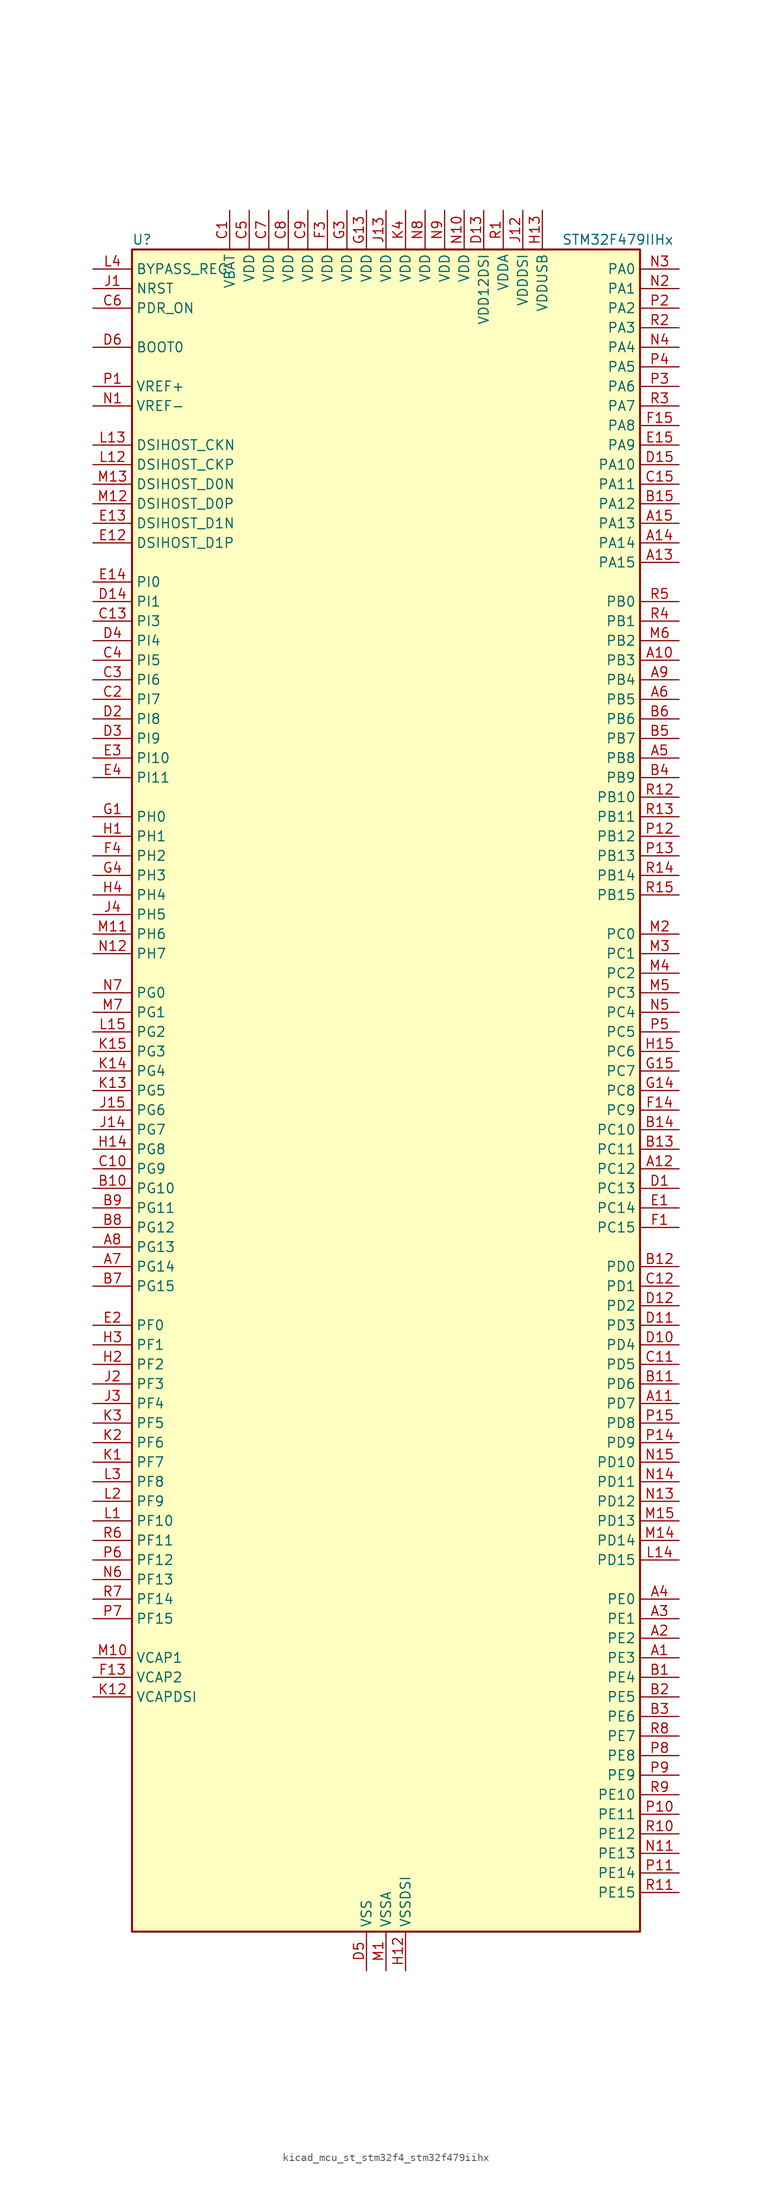
<source format=kicad_sym>
(kicad_symbol_lib
  (version 20220914)
  (generator kicad_symbol_editor)
  (symbol "kicad_mcu_st_stm32f4_stm32f479iihx"
    (property "Reference" "U"
      (at -33.02 110.49 0)
      (effects (font (size 1.27 1.27)) (justify left)))
    (property "Value" "STM32F479IIHx"
      (at 22.86 110.49 0)
      (effects (font (size 1.27 1.27)) (justify left)))
    (property "ki_locked" ""
      (at 0 0 0)
      (effects (font (size 1.27 1.27))))
    (symbol "kicad_mcu_st_stm32f4_stm32f479iihx_0_1"
      (rectangle (start -33.02 -109.22) (end 33.02 109.22) (stroke (width 0.254) (type default)) (fill (type background))))
    (symbol "kicad_mcu_st_stm32f4_stm32f479iihx_1_1"
      (pin bidirectional line (at 38.1 -73.66 180) (length 5.08) (name "PE3" (effects (font (size 1.27 1.27)))) (number "A1" (effects (font (size 1.27 1.27)))) (alternate "FMC_A19" bidirectional line) (alternate "SAI1_SD_B" bidirectional line) (alternate "SYS_TRACED0" bidirectional line))
      (pin bidirectional line (at 38.1 55.88 180) (length 5.08) (name "PB3" (effects (font (size 1.27 1.27)))) (number "A10" (effects (font (size 1.27 1.27)))) (alternate "I2S3_CK" bidirectional line) (alternate "SPI1_SCK" bidirectional line) (alternate "SPI3_SCK" bidirectional line) (alternate "SYS_JTDO-SWO" bidirectional line) (alternate "TIM2_CH2" bidirectional line))
      (pin bidirectional line (at 38.1 -40.64 180) (length 5.08) (name "PD7" (effects (font (size 1.27 1.27)))) (number "A11" (effects (font (size 1.27 1.27)))) (alternate "FMC_NE1" bidirectional line) (alternate "USART2_CK" bidirectional line))
      (pin bidirectional line (at 38.1 -10.16 180) (length 5.08) (name "PC12" (effects (font (size 1.27 1.27)))) (number "A12" (effects (font (size 1.27 1.27)))) (alternate "DCMI_D9" bidirectional line) (alternate "I2S3_SD" bidirectional line) (alternate "SDIO_CK" bidirectional line) (alternate "SPI3_MOSI" bidirectional line) (alternate "SYS_TRACED3" bidirectional line) (alternate "UART5_TX" bidirectional line) (alternate "USART3_CK" bidirectional line))
      (pin bidirectional line (at 38.1 68.58 180) (length 5.08) (name "PA15" (effects (font (size 1.27 1.27)))) (number "A13" (effects (font (size 1.27 1.27)))) (alternate "ADC1_EXTI15" bidirectional line) (alternate "ADC2_EXTI15" bidirectional line) (alternate "ADC3_EXTI15" bidirectional line) (alternate "I2S3_WS" bidirectional line) (alternate "SPI1_NSS" bidirectional line) (alternate "SPI3_NSS" bidirectional line) (alternate "SYS_JTDI" bidirectional line) (alternate "TIM2_CH1" bidirectional line) (alternate "TIM2_ETR" bidirectional line))
      (pin bidirectional line (at 38.1 71.12 180) (length 5.08) (name "PA14" (effects (font (size 1.27 1.27)))) (number "A14" (effects (font (size 1.27 1.27)))) (alternate "SYS_JTCK-SWCLK" bidirectional line))
      (pin bidirectional line (at 38.1 73.66 180) (length 5.08) (name "PA13" (effects (font (size 1.27 1.27)))) (number "A15" (effects (font (size 1.27 1.27)))) (alternate "SYS_JTMS-SWDIO" bidirectional line))
      (pin bidirectional line (at 38.1 -71.12 180) (length 5.08) (name "PE2" (effects (font (size 1.27 1.27)))) (number "A2" (effects (font (size 1.27 1.27)))) (alternate "ETH_TXD3" bidirectional line) (alternate "FMC_A23" bidirectional line) (alternate "QUADSPI_BK1_IO2" bidirectional line) (alternate "SAI1_MCLK_A" bidirectional line) (alternate "SPI4_SCK" bidirectional line) (alternate "SYS_TRACECLK" bidirectional line))
      (pin bidirectional line (at 38.1 -68.58 180) (length 5.08) (name "PE1" (effects (font (size 1.27 1.27)))) (number "A3" (effects (font (size 1.27 1.27)))) (alternate "DCMI_D3" bidirectional line) (alternate "FMC_NBL1" bidirectional line) (alternate "UART8_TX" bidirectional line))
      (pin bidirectional line (at 38.1 -66.04 180) (length 5.08) (name "PE0" (effects (font (size 1.27 1.27)))) (number "A4" (effects (font (size 1.27 1.27)))) (alternate "DCMI_D2" bidirectional line) (alternate "FMC_NBL0" bidirectional line) (alternate "TIM4_ETR" bidirectional line) (alternate "UART8_RX" bidirectional line))
      (pin bidirectional line (at 38.1 43.18 180) (length 5.08) (name "PB8" (effects (font (size 1.27 1.27)))) (number "A5" (effects (font (size 1.27 1.27)))) (alternate "CAN1_RX" bidirectional line) (alternate "DCMI_D6" bidirectional line) (alternate "ETH_TXD3" bidirectional line) (alternate "I2C1_SCL" bidirectional line) (alternate "LTDC_B6" bidirectional line) (alternate "SDIO_D4" bidirectional line) (alternate "TIM10_CH1" bidirectional line) (alternate "TIM4_CH3" bidirectional line))
      (pin bidirectional line (at 38.1 50.8 180) (length 5.08) (name "PB5" (effects (font (size 1.27 1.27)))) (number "A6" (effects (font (size 1.27 1.27)))) (alternate "CAN2_RX" bidirectional line) (alternate "DCMI_D10" bidirectional line) (alternate "ETH_PPS_OUT" bidirectional line) (alternate "FMC_SDCKE1" bidirectional line) (alternate "I2C1_SMBA" bidirectional line) (alternate "I2S3_SD" bidirectional line) (alternate "LTDC_G7" bidirectional line) (alternate "SPI1_MOSI" bidirectional line) (alternate "SPI3_MOSI" bidirectional line) (alternate "TIM3_CH2" bidirectional line) (alternate "USB_OTG_HS_ULPI_D7" bidirectional line))
      (pin bidirectional line (at -38.1 -22.86 0) (length 5.08) (name "PG14" (effects (font (size 1.27 1.27)))) (number "A7" (effects (font (size 1.27 1.27)))) (alternate "ETH_TXD1" bidirectional line) (alternate "FMC_A25" bidirectional line) (alternate "LTDC_B0" bidirectional line) (alternate "QUADSPI_BK2_IO3" bidirectional line) (alternate "SPI6_MOSI" bidirectional line) (alternate "SYS_TRACED1" bidirectional line) (alternate "USART6_TX" bidirectional line))
      (pin bidirectional line (at -38.1 -20.32 0) (length 5.08) (name "PG13" (effects (font (size 1.27 1.27)))) (number "A8" (effects (font (size 1.27 1.27)))) (alternate "ETH_TXD0" bidirectional line) (alternate "FMC_A24" bidirectional line) (alternate "LTDC_R0" bidirectional line) (alternate "SPI6_SCK" bidirectional line) (alternate "SYS_TRACED0" bidirectional line) (alternate "USART6_CTS" bidirectional line))
      (pin bidirectional line (at 38.1 53.34 180) (length 5.08) (name "PB4" (effects (font (size 1.27 1.27)))) (number "A9" (effects (font (size 1.27 1.27)))) (alternate "I2S3_ext_SD" bidirectional line) (alternate "SPI1_MISO" bidirectional line) (alternate "SPI3_MISO" bidirectional line) (alternate "SYS_JTRST" bidirectional line) (alternate "TIM3_CH1" bidirectional line))
      (pin bidirectional line (at 38.1 -76.2 180) (length 5.08) (name "PE4" (effects (font (size 1.27 1.27)))) (number "B1" (effects (font (size 1.27 1.27)))) (alternate "DCMI_D4" bidirectional line) (alternate "FMC_A20" bidirectional line) (alternate "LTDC_B0" bidirectional line) (alternate "SAI1_FS_A" bidirectional line) (alternate "SPI4_NSS" bidirectional line) (alternate "SYS_TRACED1" bidirectional line))
      (pin bidirectional line (at -38.1 -12.7 0) (length 5.08) (name "PG10" (effects (font (size 1.27 1.27)))) (number "B10" (effects (font (size 1.27 1.27)))) (alternate "DCMI_D2" bidirectional line) (alternate "FMC_NE3" bidirectional line) (alternate "LTDC_B2" bidirectional line) (alternate "LTDC_G3" bidirectional line))
      (pin bidirectional line (at 38.1 -38.1 180) (length 5.08) (name "PD6" (effects (font (size 1.27 1.27)))) (number "B11" (effects (font (size 1.27 1.27)))) (alternate "DCMI_D10" bidirectional line) (alternate "FMC_NWAIT" bidirectional line) (alternate "I2S3_SD" bidirectional line) (alternate "LTDC_B2" bidirectional line) (alternate "SAI1_SD_A" bidirectional line) (alternate "SPI3_MOSI" bidirectional line) (alternate "USART2_RX" bidirectional line))
      (pin bidirectional line (at 38.1 -22.86 180) (length 5.08) (name "PD0" (effects (font (size 1.27 1.27)))) (number "B12" (effects (font (size 1.27 1.27)))) (alternate "CAN1_RX" bidirectional line) (alternate "FMC_D2" bidirectional line) (alternate "FMC_DA2" bidirectional line))
      (pin bidirectional line (at 38.1 -7.62 180) (length 5.08) (name "PC11" (effects (font (size 1.27 1.27)))) (number "B13" (effects (font (size 1.27 1.27)))) (alternate "ADC1_EXTI11" bidirectional line) (alternate "ADC2_EXTI11" bidirectional line) (alternate "ADC3_EXTI11" bidirectional line) (alternate "DCMI_D4" bidirectional line) (alternate "I2S3_ext_SD" bidirectional line) (alternate "QUADSPI_BK2_NCS" bidirectional line) (alternate "SDIO_D3" bidirectional line) (alternate "SPI3_MISO" bidirectional line) (alternate "UART4_RX" bidirectional line) (alternate "USART3_RX" bidirectional line))
      (pin bidirectional line (at 38.1 -5.08 180) (length 5.08) (name "PC10" (effects (font (size 1.27 1.27)))) (number "B14" (effects (font (size 1.27 1.27)))) (alternate "DCMI_D8" bidirectional line) (alternate "I2S3_CK" bidirectional line) (alternate "LTDC_R2" bidirectional line) (alternate "QUADSPI_BK1_IO1" bidirectional line) (alternate "SDIO_D2" bidirectional line) (alternate "SPI3_SCK" bidirectional line) (alternate "UART4_TX" bidirectional line) (alternate "USART3_TX" bidirectional line))
      (pin bidirectional line (at 38.1 76.2 180) (length 5.08) (name "PA12" (effects (font (size 1.27 1.27)))) (number "B15" (effects (font (size 1.27 1.27)))) (alternate "CAN1_TX" bidirectional line) (alternate "LTDC_R5" bidirectional line) (alternate "TIM1_ETR" bidirectional line) (alternate "USART1_RTS" bidirectional line) (alternate "USB_OTG_FS_DP" bidirectional line))
      (pin bidirectional line (at 38.1 -78.74 180) (length 5.08) (name "PE5" (effects (font (size 1.27 1.27)))) (number "B2" (effects (font (size 1.27 1.27)))) (alternate "DCMI_D6" bidirectional line) (alternate "FMC_A21" bidirectional line) (alternate "LTDC_G0" bidirectional line) (alternate "SAI1_SCK_A" bidirectional line) (alternate "SPI4_MISO" bidirectional line) (alternate "SYS_TRACED2" bidirectional line) (alternate "TIM9_CH1" bidirectional line))
      (pin bidirectional line (at 38.1 -81.28 180) (length 5.08) (name "PE6" (effects (font (size 1.27 1.27)))) (number "B3" (effects (font (size 1.27 1.27)))) (alternate "DCMI_D7" bidirectional line) (alternate "FMC_A22" bidirectional line) (alternate "LTDC_G1" bidirectional line) (alternate "SAI1_SD_A" bidirectional line) (alternate "SPI4_MOSI" bidirectional line) (alternate "SYS_TRACED3" bidirectional line) (alternate "TIM9_CH2" bidirectional line))
      (pin bidirectional line (at 38.1 40.64 180) (length 5.08) (name "PB9" (effects (font (size 1.27 1.27)))) (number "B4" (effects (font (size 1.27 1.27)))) (alternate "CAN1_TX" bidirectional line) (alternate "DAC_EXTI9" bidirectional line) (alternate "DCMI_D7" bidirectional line) (alternate "I2C1_SDA" bidirectional line) (alternate "I2S2_WS" bidirectional line) (alternate "LTDC_B7" bidirectional line) (alternate "SDIO_D5" bidirectional line) (alternate "SPI2_NSS" bidirectional line) (alternate "TIM11_CH1" bidirectional line) (alternate "TIM4_CH4" bidirectional line))
      (pin bidirectional line (at 38.1 45.72 180) (length 5.08) (name "PB7" (effects (font (size 1.27 1.27)))) (number "B5" (effects (font (size 1.27 1.27)))) (alternate "DCMI_VSYNC" bidirectional line) (alternate "FMC_NL" bidirectional line) (alternate "I2C1_SDA" bidirectional line) (alternate "TIM4_CH2" bidirectional line) (alternate "USART1_RX" bidirectional line))
      (pin bidirectional line (at 38.1 48.26 180) (length 5.08) (name "PB6" (effects (font (size 1.27 1.27)))) (number "B6" (effects (font (size 1.27 1.27)))) (alternate "CAN2_TX" bidirectional line) (alternate "DCMI_D5" bidirectional line) (alternate "FMC_SDNE1" bidirectional line) (alternate "I2C1_SCL" bidirectional line) (alternate "QUADSPI_BK1_NCS" bidirectional line) (alternate "TIM4_CH1" bidirectional line) (alternate "USART1_TX" bidirectional line))
      (pin bidirectional line (at -38.1 -25.4 0) (length 5.08) (name "PG15" (effects (font (size 1.27 1.27)))) (number "B7" (effects (font (size 1.27 1.27)))) (alternate "ADC1_EXTI15" bidirectional line) (alternate "ADC2_EXTI15" bidirectional line) (alternate "ADC3_EXTI15" bidirectional line) (alternate "DCMI_D13" bidirectional line) (alternate "FMC_SDNCAS" bidirectional line) (alternate "USART6_CTS" bidirectional line))
      (pin bidirectional line (at -38.1 -17.78 0) (length 5.08) (name "PG12" (effects (font (size 1.27 1.27)))) (number "B8" (effects (font (size 1.27 1.27)))) (alternate "FMC_NE4" bidirectional line) (alternate "LTDC_B1" bidirectional line) (alternate "LTDC_B4" bidirectional line) (alternate "SPI6_MISO" bidirectional line) (alternate "USART6_RTS" bidirectional line))
      (pin bidirectional line (at -38.1 -15.24 0) (length 5.08) (name "PG11" (effects (font (size 1.27 1.27)))) (number "B9" (effects (font (size 1.27 1.27)))) (alternate "ADC1_EXTI11" bidirectional line) (alternate "ADC2_EXTI11" bidirectional line) (alternate "ADC3_EXTI11" bidirectional line) (alternate "DCMI_D3" bidirectional line) (alternate "ETH_TX_EN" bidirectional line) (alternate "LTDC_B3" bidirectional line))
      (pin power_in line (at -20.32 114.3 270) (length 5.08) (name "VBAT" (effects (font (size 1.27 1.27)))) (number "C1" (effects (font (size 1.27 1.27)))))
      (pin bidirectional line (at -38.1 -10.16 0) (length 5.08) (name "PG9" (effects (font (size 1.27 1.27)))) (number "C10" (effects (font (size 1.27 1.27)))) (alternate "DAC_EXTI9" bidirectional line) (alternate "DCMI_VSYNC" bidirectional line) (alternate "FMC_NCE" bidirectional line) (alternate "FMC_NE2" bidirectional line) (alternate "QUADSPI_BK2_IO2" bidirectional line) (alternate "USART6_RX" bidirectional line))
      (pin bidirectional line (at 38.1 -35.56 180) (length 5.08) (name "PD5" (effects (font (size 1.27 1.27)))) (number "C11" (effects (font (size 1.27 1.27)))) (alternate "FMC_NWE" bidirectional line) (alternate "USART2_TX" bidirectional line))
      (pin bidirectional line (at 38.1 -25.4 180) (length 5.08) (name "PD1" (effects (font (size 1.27 1.27)))) (number "C12" (effects (font (size 1.27 1.27)))) (alternate "CAN1_TX" bidirectional line) (alternate "FMC_D3" bidirectional line) (alternate "FMC_DA3" bidirectional line))
      (pin bidirectional line (at -38.1 60.96 0) (length 5.08) (name "PI3" (effects (font (size 1.27 1.27)))) (number "C13" (effects (font (size 1.27 1.27)))) (alternate "DCMI_D10" bidirectional line) (alternate "FMC_D27" bidirectional line) (alternate "I2S2_SD" bidirectional line) (alternate "SPI2_MOSI" bidirectional line) (alternate "TIM8_ETR" bidirectional line))
      (pin no_connect line (at -33.02 -109.22 0) (length 5.08) hide (name "NC" (effects (font (size 1.27 1.27)))) (number "C14" (effects (font (size 1.27 1.27)))))
      (pin bidirectional line (at 38.1 78.74 180) (length 5.08) (name "PA11" (effects (font (size 1.27 1.27)))) (number "C15" (effects (font (size 1.27 1.27)))) (alternate "ADC1_EXTI11" bidirectional line) (alternate "ADC2_EXTI11" bidirectional line) (alternate "ADC3_EXTI11" bidirectional line) (alternate "CAN1_RX" bidirectional line) (alternate "LTDC_R4" bidirectional line) (alternate "TIM1_CH4" bidirectional line) (alternate "USART1_CTS" bidirectional line) (alternate "USB_OTG_FS_DM" bidirectional line))
      (pin bidirectional line (at -38.1 50.8 0) (length 5.08) (name "PI7" (effects (font (size 1.27 1.27)))) (number "C2" (effects (font (size 1.27 1.27)))) (alternate "DCMI_D7" bidirectional line) (alternate "FMC_D29" bidirectional line) (alternate "LTDC_B7" bidirectional line) (alternate "TIM8_CH3" bidirectional line))
      (pin bidirectional line (at -38.1 53.34 0) (length 5.08) (name "PI6" (effects (font (size 1.27 1.27)))) (number "C3" (effects (font (size 1.27 1.27)))) (alternate "DCMI_D6" bidirectional line) (alternate "FMC_D28" bidirectional line) (alternate "LTDC_B6" bidirectional line) (alternate "TIM8_CH2" bidirectional line))
      (pin bidirectional line (at -38.1 55.88 0) (length 5.08) (name "PI5" (effects (font (size 1.27 1.27)))) (number "C4" (effects (font (size 1.27 1.27)))) (alternate "DCMI_VSYNC" bidirectional line) (alternate "FMC_NBL3" bidirectional line) (alternate "LTDC_B5" bidirectional line) (alternate "TIM8_CH1" bidirectional line))
      (pin power_in line (at -17.78 114.3 270) (length 5.08) (name "VDD" (effects (font (size 1.27 1.27)))) (number "C5" (effects (font (size 1.27 1.27)))))
      (pin input line (at -38.1 101.6 0) (length 5.08) (name "PDR_ON" (effects (font (size 1.27 1.27)))) (number "C6" (effects (font (size 1.27 1.27)))))
      (pin power_in line (at -15.24 114.3 270) (length 5.08) (name "VDD" (effects (font (size 1.27 1.27)))) (number "C7" (effects (font (size 1.27 1.27)))))
      (pin power_in line (at -12.7 114.3 270) (length 5.08) (name "VDD" (effects (font (size 1.27 1.27)))) (number "C8" (effects (font (size 1.27 1.27)))))
      (pin power_in line (at -10.16 114.3 270) (length 5.08) (name "VDD" (effects (font (size 1.27 1.27)))) (number "C9" (effects (font (size 1.27 1.27)))))
      (pin bidirectional line (at 38.1 -12.7 180) (length 5.08) (name "PC13" (effects (font (size 1.27 1.27)))) (number "D1" (effects (font (size 1.27 1.27)))) (alternate "RTC_AF1" bidirectional line))
      (pin bidirectional line (at 38.1 -33.02 180) (length 5.08) (name "PD4" (effects (font (size 1.27 1.27)))) (number "D10" (effects (font (size 1.27 1.27)))) (alternate "FMC_NOE" bidirectional line) (alternate "USART2_RTS" bidirectional line))
      (pin bidirectional line (at 38.1 -30.48 180) (length 5.08) (name "PD3" (effects (font (size 1.27 1.27)))) (number "D11" (effects (font (size 1.27 1.27)))) (alternate "DCMI_D5" bidirectional line) (alternate "FMC_CLK" bidirectional line) (alternate "I2S2_CK" bidirectional line) (alternate "LTDC_G7" bidirectional line) (alternate "SPI2_SCK" bidirectional line) (alternate "USART2_CTS" bidirectional line))
      (pin bidirectional line (at 38.1 -27.94 180) (length 5.08) (name "PD2" (effects (font (size 1.27 1.27)))) (number "D12" (effects (font (size 1.27 1.27)))) (alternate "DCMI_D11" bidirectional line) (alternate "SDIO_CMD" bidirectional line) (alternate "SYS_TRACED2" bidirectional line) (alternate "TIM3_ETR" bidirectional line) (alternate "UART5_RX" bidirectional line))
      (pin power_in line (at 12.7 114.3 270) (length 5.08) (name "VDD12DSI" (effects (font (size 1.27 1.27)))) (number "D13" (effects (font (size 1.27 1.27)))))
      (pin bidirectional line (at -38.1 63.5 0) (length 5.08) (name "PI1" (effects (font (size 1.27 1.27)))) (number "D14" (effects (font (size 1.27 1.27)))) (alternate "DCMI_D8" bidirectional line) (alternate "FMC_D25" bidirectional line) (alternate "I2S2_CK" bidirectional line) (alternate "LTDC_G6" bidirectional line) (alternate "SPI2_SCK" bidirectional line))
      (pin bidirectional line (at 38.1 81.28 180) (length 5.08) (name "PA10" (effects (font (size 1.27 1.27)))) (number "D15" (effects (font (size 1.27 1.27)))) (alternate "DCMI_D1" bidirectional line) (alternate "TIM1_CH3" bidirectional line) (alternate "USART1_RX" bidirectional line) (alternate "USB_OTG_FS_ID" bidirectional line))
      (pin bidirectional line (at -38.1 48.26 0) (length 5.08) (name "PI8" (effects (font (size 1.27 1.27)))) (number "D2" (effects (font (size 1.27 1.27)))) (alternate "RTC_AF1" bidirectional line) (alternate "RTC_AF2" bidirectional line))
      (pin bidirectional line (at -38.1 45.72 0) (length 5.08) (name "PI9" (effects (font (size 1.27 1.27)))) (number "D3" (effects (font (size 1.27 1.27)))) (alternate "CAN1_RX" bidirectional line) (alternate "DAC_EXTI9" bidirectional line) (alternate "FMC_D30" bidirectional line) (alternate "LTDC_VSYNC" bidirectional line))
      (pin bidirectional line (at -38.1 58.42 0) (length 5.08) (name "PI4" (effects (font (size 1.27 1.27)))) (number "D4" (effects (font (size 1.27 1.27)))) (alternate "DCMI_D5" bidirectional line) (alternate "FMC_NBL2" bidirectional line) (alternate "LTDC_B4" bidirectional line) (alternate "TIM8_BKIN" bidirectional line))
      (pin power_in line (at -2.54 -114.3 90) (length 5.08) (name "VSS" (effects (font (size 1.27 1.27)))) (number "D5" (effects (font (size 1.27 1.27)))))
      (pin input line (at -38.1 96.52 0) (length 5.08) (name "BOOT0" (effects (font (size 1.27 1.27)))) (number "D6" (effects (font (size 1.27 1.27)))))
      (pin passive line (at -2.54 -114.3 90) (length 5.08) hide (name "VSS" (effects (font (size 1.27 1.27)))) (number "D7" (effects (font (size 1.27 1.27)))))
      (pin passive line (at -2.54 -114.3 90) (length 5.08) hide (name "VSS" (effects (font (size 1.27 1.27)))) (number "D8" (effects (font (size 1.27 1.27)))))
      (pin passive line (at -2.54 -114.3 90) (length 5.08) hide (name "VSS" (effects (font (size 1.27 1.27)))) (number "D9" (effects (font (size 1.27 1.27)))))
      (pin bidirectional line (at 38.1 -15.24 180) (length 5.08) (name "PC14" (effects (font (size 1.27 1.27)))) (number "E1" (effects (font (size 1.27 1.27)))) (alternate "RCC_OSC32_IN" bidirectional line))
      (pin bidirectional line (at -38.1 71.12 0) (length 5.08) (name "DSIHOST_D1P" (effects (font (size 1.27 1.27)))) (number "E12" (effects (font (size 1.27 1.27)))) (alternate "DSIHOST_D1P" bidirectional line))
      (pin bidirectional line (at -38.1 73.66 0) (length 5.08) (name "DSIHOST_D1N" (effects (font (size 1.27 1.27)))) (number "E13" (effects (font (size 1.27 1.27)))) (alternate "DSIHOST_D1N" bidirectional line))
      (pin bidirectional line (at -38.1 66.04 0) (length 5.08) (name "PI0" (effects (font (size 1.27 1.27)))) (number "E14" (effects (font (size 1.27 1.27)))) (alternate "DCMI_D13" bidirectional line) (alternate "FMC_D24" bidirectional line) (alternate "I2S2_WS" bidirectional line) (alternate "LTDC_G5" bidirectional line) (alternate "SPI2_NSS" bidirectional line) (alternate "TIM5_CH4" bidirectional line))
      (pin bidirectional line (at 38.1 83.82 180) (length 5.08) (name "PA9" (effects (font (size 1.27 1.27)))) (number "E15" (effects (font (size 1.27 1.27)))) (alternate "DAC_EXTI9" bidirectional line) (alternate "DCMI_D0" bidirectional line) (alternate "I2C3_SMBA" bidirectional line) (alternate "I2S2_CK" bidirectional line) (alternate "SPI2_SCK" bidirectional line) (alternate "TIM1_CH2" bidirectional line) (alternate "USART1_TX" bidirectional line) (alternate "USB_OTG_FS_VBUS" bidirectional line))
      (pin bidirectional line (at -38.1 -30.48 0) (length 5.08) (name "PF0" (effects (font (size 1.27 1.27)))) (number "E2" (effects (font (size 1.27 1.27)))) (alternate "FMC_A0" bidirectional line) (alternate "I2C2_SDA" bidirectional line))
      (pin bidirectional line (at -38.1 43.18 0) (length 5.08) (name "PI10" (effects (font (size 1.27 1.27)))) (number "E3" (effects (font (size 1.27 1.27)))) (alternate "ETH_RX_ER" bidirectional line) (alternate "FMC_D31" bidirectional line) (alternate "LTDC_HSYNC" bidirectional line))
      (pin bidirectional line (at -38.1 40.64 0) (length 5.08) (name "PI11" (effects (font (size 1.27 1.27)))) (number "E4" (effects (font (size 1.27 1.27)))) (alternate "ADC1_EXTI11" bidirectional line) (alternate "ADC2_EXTI11" bidirectional line) (alternate "ADC3_EXTI11" bidirectional line) (alternate "LTDC_G6" bidirectional line) (alternate "USB_OTG_HS_ULPI_DIR" bidirectional line))
      (pin bidirectional line (at 38.1 -17.78 180) (length 5.08) (name "PC15" (effects (font (size 1.27 1.27)))) (number "F1" (effects (font (size 1.27 1.27)))) (alternate "ADC1_EXTI15" bidirectional line) (alternate "ADC2_EXTI15" bidirectional line) (alternate "ADC3_EXTI15" bidirectional line) (alternate "RCC_OSC32_OUT" bidirectional line))
      (pin passive line (at -2.54 -114.3 90) (length 5.08) hide (name "VSS" (effects (font (size 1.27 1.27)))) (number "F10" (effects (font (size 1.27 1.27)))))
      (pin passive line (at -2.54 -114.3 90) (length 5.08) hide (name "VSS" (effects (font (size 1.27 1.27)))) (number "F12" (effects (font (size 1.27 1.27)))))
      (pin power_out line (at -38.1 -76.2 0) (length 5.08) (name "VCAP2" (effects (font (size 1.27 1.27)))) (number "F13" (effects (font (size 1.27 1.27)))))
      (pin bidirectional line (at 38.1 -2.54 180) (length 5.08) (name "PC9" (effects (font (size 1.27 1.27)))) (number "F14" (effects (font (size 1.27 1.27)))) (alternate "DAC_EXTI9" bidirectional line) (alternate "DCMI_D3" bidirectional line) (alternate "I2C3_SDA" bidirectional line) (alternate "I2S_CKIN" bidirectional line) (alternate "QUADSPI_BK1_IO0" bidirectional line) (alternate "RCC_MCO_2" bidirectional line) (alternate "SDIO_D1" bidirectional line) (alternate "TIM3_CH4" bidirectional line) (alternate "TIM8_CH4" bidirectional line))
      (pin bidirectional line (at 38.1 86.36 180) (length 5.08) (name "PA8" (effects (font (size 1.27 1.27)))) (number "F15" (effects (font (size 1.27 1.27)))) (alternate "I2C3_SCL" bidirectional line) (alternate "LTDC_R6" bidirectional line) (alternate "RCC_MCO_1" bidirectional line) (alternate "TIM1_CH1" bidirectional line) (alternate "USART1_CK" bidirectional line) (alternate "USB_OTG_FS_SOF" bidirectional line))
      (pin passive line (at -2.54 -114.3 90) (length 5.08) hide (name "VSS" (effects (font (size 1.27 1.27)))) (number "F2" (effects (font (size 1.27 1.27)))))
      (pin power_in line (at -7.62 114.3 270) (length 5.08) (name "VDD" (effects (font (size 1.27 1.27)))) (number "F3" (effects (font (size 1.27 1.27)))))
      (pin bidirectional line (at -38.1 30.48 0) (length 5.08) (name "PH2" (effects (font (size 1.27 1.27)))) (number "F4" (effects (font (size 1.27 1.27)))) (alternate "ETH_CRS" bidirectional line) (alternate "FMC_SDCKE0" bidirectional line) (alternate "LTDC_R0" bidirectional line) (alternate "QUADSPI_BK2_IO0" bidirectional line))
      (pin passive line (at -2.54 -114.3 90) (length 5.08) hide (name "VSS" (effects (font (size 1.27 1.27)))) (number "F6" (effects (font (size 1.27 1.27)))))
      (pin passive line (at -2.54 -114.3 90) (length 5.08) hide (name "VSS" (effects (font (size 1.27 1.27)))) (number "F7" (effects (font (size 1.27 1.27)))))
      (pin passive line (at -2.54 -114.3 90) (length 5.08) hide (name "VSS" (effects (font (size 1.27 1.27)))) (number "F8" (effects (font (size 1.27 1.27)))))
      (pin passive line (at -2.54 -114.3 90) (length 5.08) hide (name "VSS" (effects (font (size 1.27 1.27)))) (number "F9" (effects (font (size 1.27 1.27)))))
      (pin bidirectional line (at -38.1 35.56 0) (length 5.08) (name "PH0" (effects (font (size 1.27 1.27)))) (number "G1" (effects (font (size 1.27 1.27)))) (alternate "RCC_OSC_IN" bidirectional line))
      (pin passive line (at -2.54 -114.3 90) (length 5.08) hide (name "VSS" (effects (font (size 1.27 1.27)))) (number "G10" (effects (font (size 1.27 1.27)))))
      (pin passive line (at -2.54 -114.3 90) (length 5.08) hide (name "VSS" (effects (font (size 1.27 1.27)))) (number "G12" (effects (font (size 1.27 1.27)))))
      (pin power_in line (at -2.54 114.3 270) (length 5.08) (name "VDD" (effects (font (size 1.27 1.27)))) (number "G13" (effects (font (size 1.27 1.27)))))
      (pin bidirectional line (at 38.1 0 180) (length 5.08) (name "PC8" (effects (font (size 1.27 1.27)))) (number "G14" (effects (font (size 1.27 1.27)))) (alternate "DCMI_D2" bidirectional line) (alternate "SDIO_D0" bidirectional line) (alternate "SYS_TRACED1" bidirectional line) (alternate "TIM3_CH3" bidirectional line) (alternate "TIM8_CH3" bidirectional line) (alternate "USART6_CK" bidirectional line))
      (pin bidirectional line (at 38.1 2.54 180) (length 5.08) (name "PC7" (effects (font (size 1.27 1.27)))) (number "G15" (effects (font (size 1.27 1.27)))) (alternate "DCMI_D1" bidirectional line) (alternate "I2S3_MCK" bidirectional line) (alternate "LTDC_G6" bidirectional line) (alternate "SDIO_D7" bidirectional line) (alternate "TIM3_CH2" bidirectional line) (alternate "TIM8_CH2" bidirectional line) (alternate "USART6_RX" bidirectional line))
      (pin passive line (at -2.54 -114.3 90) (length 5.08) hide (name "VSS" (effects (font (size 1.27 1.27)))) (number "G2" (effects (font (size 1.27 1.27)))))
      (pin power_in line (at -5.08 114.3 270) (length 5.08) (name "VDD" (effects (font (size 1.27 1.27)))) (number "G3" (effects (font (size 1.27 1.27)))))
      (pin bidirectional line (at -38.1 27.94 0) (length 5.08) (name "PH3" (effects (font (size 1.27 1.27)))) (number "G4" (effects (font (size 1.27 1.27)))) (alternate "ETH_COL" bidirectional line) (alternate "FMC_SDNE0" bidirectional line) (alternate "LTDC_R1" bidirectional line) (alternate "QUADSPI_BK2_IO1" bidirectional line))
      (pin passive line (at -2.54 -114.3 90) (length 5.08) hide (name "VSS" (effects (font (size 1.27 1.27)))) (number "G6" (effects (font (size 1.27 1.27)))))
      (pin passive line (at -2.54 -114.3 90) (length 5.08) hide (name "VSS" (effects (font (size 1.27 1.27)))) (number "G7" (effects (font (size 1.27 1.27)))))
      (pin passive line (at -2.54 -114.3 90) (length 5.08) hide (name "VSS" (effects (font (size 1.27 1.27)))) (number "G8" (effects (font (size 1.27 1.27)))))
      (pin passive line (at -2.54 -114.3 90) (length 5.08) hide (name "VSS" (effects (font (size 1.27 1.27)))) (number "G9" (effects (font (size 1.27 1.27)))))
      (pin bidirectional line (at -38.1 33.02 0) (length 5.08) (name "PH1" (effects (font (size 1.27 1.27)))) (number "H1" (effects (font (size 1.27 1.27)))) (alternate "RCC_OSC_OUT" bidirectional line))
      (pin passive line (at -2.54 -114.3 90) (length 5.08) hide (name "VSS" (effects (font (size 1.27 1.27)))) (number "H10" (effects (font (size 1.27 1.27)))))
      (pin power_in line (at 2.54 -114.3 90) (length 5.08) (name "VSSDSI" (effects (font (size 1.27 1.27)))) (number "H12" (effects (font (size 1.27 1.27)))))
      (pin power_in line (at 20.32 114.3 270) (length 5.08) (name "VDDUSB" (effects (font (size 1.27 1.27)))) (number "H13" (effects (font (size 1.27 1.27)))))
      (pin bidirectional line (at -38.1 -7.62 0) (length 5.08) (name "PG8" (effects (font (size 1.27 1.27)))) (number "H14" (effects (font (size 1.27 1.27)))) (alternate "ETH_PPS_OUT" bidirectional line) (alternate "FMC_SDCLK" bidirectional line) (alternate "LTDC_G7" bidirectional line) (alternate "SPI6_NSS" bidirectional line) (alternate "USART6_RTS" bidirectional line))
      (pin bidirectional line (at 38.1 5.08 180) (length 5.08) (name "PC6" (effects (font (size 1.27 1.27)))) (number "H15" (effects (font (size 1.27 1.27)))) (alternate "DCMI_D0" bidirectional line) (alternate "I2S2_MCK" bidirectional line) (alternate "LTDC_HSYNC" bidirectional line) (alternate "SDIO_D6" bidirectional line) (alternate "TIM3_CH1" bidirectional line) (alternate "TIM8_CH1" bidirectional line) (alternate "USART6_TX" bidirectional line))
      (pin bidirectional line (at -38.1 -35.56 0) (length 5.08) (name "PF2" (effects (font (size 1.27 1.27)))) (number "H2" (effects (font (size 1.27 1.27)))) (alternate "FMC_A2" bidirectional line) (alternate "I2C2_SMBA" bidirectional line))
      (pin bidirectional line (at -38.1 -33.02 0) (length 5.08) (name "PF1" (effects (font (size 1.27 1.27)))) (number "H3" (effects (font (size 1.27 1.27)))) (alternate "FMC_A1" bidirectional line) (alternate "I2C2_SCL" bidirectional line))
      (pin bidirectional line (at -38.1 25.4 0) (length 5.08) (name "PH4" (effects (font (size 1.27 1.27)))) (number "H4" (effects (font (size 1.27 1.27)))) (alternate "I2C2_SCL" bidirectional line) (alternate "LTDC_G4" bidirectional line) (alternate "LTDC_G5" bidirectional line) (alternate "USB_OTG_HS_ULPI_NXT" bidirectional line))
      (pin passive line (at -2.54 -114.3 90) (length 5.08) hide (name "VSS" (effects (font (size 1.27 1.27)))) (number "H6" (effects (font (size 1.27 1.27)))))
      (pin passive line (at -2.54 -114.3 90) (length 5.08) hide (name "VSS" (effects (font (size 1.27 1.27)))) (number "H7" (effects (font (size 1.27 1.27)))))
      (pin passive line (at -2.54 -114.3 90) (length 5.08) hide (name "VSS" (effects (font (size 1.27 1.27)))) (number "H8" (effects (font (size 1.27 1.27)))))
      (pin passive line (at -2.54 -114.3 90) (length 5.08) hide (name "VSS" (effects (font (size 1.27 1.27)))) (number "H9" (effects (font (size 1.27 1.27)))))
      (pin input line (at -38.1 104.14 0) (length 5.08) (name "NRST" (effects (font (size 1.27 1.27)))) (number "J1" (effects (font (size 1.27 1.27)))))
      (pin passive line (at -2.54 -114.3 90) (length 5.08) hide (name "VSS" (effects (font (size 1.27 1.27)))) (number "J10" (effects (font (size 1.27 1.27)))))
      (pin power_in line (at 17.78 114.3 270) (length 5.08) (name "VDDDSI" (effects (font (size 1.27 1.27)))) (number "J12" (effects (font (size 1.27 1.27)))))
      (pin power_in line (at 0 114.3 270) (length 5.08) (name "VDD" (effects (font (size 1.27 1.27)))) (number "J13" (effects (font (size 1.27 1.27)))))
      (pin bidirectional line (at -38.1 -5.08 0) (length 5.08) (name "PG7" (effects (font (size 1.27 1.27)))) (number "J14" (effects (font (size 1.27 1.27)))) (alternate "DCMI_D13" bidirectional line) (alternate "FMC_INT" bidirectional line) (alternate "LTDC_CLK" bidirectional line) (alternate "SAI1_MCLK_A" bidirectional line) (alternate "USART6_CK" bidirectional line))
      (pin bidirectional line (at -38.1 -2.54 0) (length 5.08) (name "PG6" (effects (font (size 1.27 1.27)))) (number "J15" (effects (font (size 1.27 1.27)))) (alternate "DCMI_D12" bidirectional line) (alternate "LTDC_R7" bidirectional line))
      (pin bidirectional line (at -38.1 -38.1 0) (length 5.08) (name "PF3" (effects (font (size 1.27 1.27)))) (number "J2" (effects (font (size 1.27 1.27)))) (alternate "ADC3_IN9" bidirectional line) (alternate "FMC_A3" bidirectional line))
      (pin bidirectional line (at -38.1 -40.64 0) (length 5.08) (name "PF4" (effects (font (size 1.27 1.27)))) (number "J3" (effects (font (size 1.27 1.27)))) (alternate "ADC3_IN14" bidirectional line) (alternate "FMC_A4" bidirectional line))
      (pin bidirectional line (at -38.1 22.86 0) (length 5.08) (name "PH5" (effects (font (size 1.27 1.27)))) (number "J4" (effects (font (size 1.27 1.27)))) (alternate "FMC_SDNWE" bidirectional line) (alternate "I2C2_SDA" bidirectional line) (alternate "SPI5_NSS" bidirectional line))
      (pin passive line (at -2.54 -114.3 90) (length 5.08) hide (name "VSS" (effects (font (size 1.27 1.27)))) (number "J6" (effects (font (size 1.27 1.27)))))
      (pin passive line (at -2.54 -114.3 90) (length 5.08) hide (name "VSS" (effects (font (size 1.27 1.27)))) (number "J7" (effects (font (size 1.27 1.27)))))
      (pin passive line (at -2.54 -114.3 90) (length 5.08) hide (name "VSS" (effects (font (size 1.27 1.27)))) (number "J8" (effects (font (size 1.27 1.27)))))
      (pin passive line (at -2.54 -114.3 90) (length 5.08) hide (name "VSS" (effects (font (size 1.27 1.27)))) (number "J9" (effects (font (size 1.27 1.27)))))
      (pin bidirectional line (at -38.1 -48.26 0) (length 5.08) (name "PF7" (effects (font (size 1.27 1.27)))) (number "K1" (effects (font (size 1.27 1.27)))) (alternate "ADC3_IN5" bidirectional line) (alternate "QUADSPI_BK1_IO2" bidirectional line) (alternate "SAI1_MCLK_B" bidirectional line) (alternate "SPI5_SCK" bidirectional line) (alternate "TIM11_CH1" bidirectional line) (alternate "UART7_TX" bidirectional line))
      (pin passive line (at -2.54 -114.3 90) (length 5.08) hide (name "VSS" (effects (font (size 1.27 1.27)))) (number "K10" (effects (font (size 1.27 1.27)))))
      (pin power_out line (at -38.1 -78.74 0) (length 5.08) (name "VCAPDSI" (effects (font (size 1.27 1.27)))) (number "K12" (effects (font (size 1.27 1.27)))))
      (pin bidirectional line (at -38.1 0 0) (length 5.08) (name "PG5" (effects (font (size 1.27 1.27)))) (number "K13" (effects (font (size 1.27 1.27)))) (alternate "FMC_A15" bidirectional line) (alternate "FMC_BA1" bidirectional line))
      (pin bidirectional line (at -38.1 2.54 0) (length 5.08) (name "PG4" (effects (font (size 1.27 1.27)))) (number "K14" (effects (font (size 1.27 1.27)))) (alternate "FMC_A14" bidirectional line) (alternate "FMC_BA0" bidirectional line))
      (pin bidirectional line (at -38.1 5.08 0) (length 5.08) (name "PG3" (effects (font (size 1.27 1.27)))) (number "K15" (effects (font (size 1.27 1.27)))) (alternate "FMC_A13" bidirectional line))
      (pin bidirectional line (at -38.1 -45.72 0) (length 5.08) (name "PF6" (effects (font (size 1.27 1.27)))) (number "K2" (effects (font (size 1.27 1.27)))) (alternate "ADC3_IN4" bidirectional line) (alternate "QUADSPI_BK1_IO3" bidirectional line) (alternate "SAI1_SD_B" bidirectional line) (alternate "SPI5_NSS" bidirectional line) (alternate "TIM10_CH1" bidirectional line) (alternate "UART7_RX" bidirectional line))
      (pin bidirectional line (at -38.1 -43.18 0) (length 5.08) (name "PF5" (effects (font (size 1.27 1.27)))) (number "K3" (effects (font (size 1.27 1.27)))) (alternate "ADC3_IN15" bidirectional line) (alternate "FMC_A5" bidirectional line))
      (pin power_in line (at 2.54 114.3 270) (length 5.08) (name "VDD" (effects (font (size 1.27 1.27)))) (number "K4" (effects (font (size 1.27 1.27)))))
      (pin passive line (at -2.54 -114.3 90) (length 5.08) hide (name "VSS" (effects (font (size 1.27 1.27)))) (number "K6" (effects (font (size 1.27 1.27)))))
      (pin passive line (at -2.54 -114.3 90) (length 5.08) hide (name "VSS" (effects (font (size 1.27 1.27)))) (number "K7" (effects (font (size 1.27 1.27)))))
      (pin passive line (at -2.54 -114.3 90) (length 5.08) hide (name "VSS" (effects (font (size 1.27 1.27)))) (number "K8" (effects (font (size 1.27 1.27)))))
      (pin passive line (at -2.54 -114.3 90) (length 5.08) hide (name "VSS" (effects (font (size 1.27 1.27)))) (number "K9" (effects (font (size 1.27 1.27)))))
      (pin bidirectional line (at -38.1 -55.88 0) (length 5.08) (name "PF10" (effects (font (size 1.27 1.27)))) (number "L1" (effects (font (size 1.27 1.27)))) (alternate "ADC3_IN8" bidirectional line) (alternate "DCMI_D11" bidirectional line) (alternate "LTDC_DE" bidirectional line) (alternate "QUADSPI_CLK" bidirectional line))
      (pin bidirectional line (at -38.1 81.28 0) (length 5.08) (name "DSIHOST_CKP" (effects (font (size 1.27 1.27)))) (number "L12" (effects (font (size 1.27 1.27)))) (alternate "DSIHOST_CKP" bidirectional line))
      (pin bidirectional line (at -38.1 83.82 0) (length 5.08) (name "DSIHOST_CKN" (effects (font (size 1.27 1.27)))) (number "L13" (effects (font (size 1.27 1.27)))) (alternate "DSIHOST_CKN" bidirectional line))
      (pin bidirectional line (at 38.1 -60.96 180) (length 5.08) (name "PD15" (effects (font (size 1.27 1.27)))) (number "L14" (effects (font (size 1.27 1.27)))) (alternate "ADC1_EXTI15" bidirectional line) (alternate "ADC2_EXTI15" bidirectional line) (alternate "ADC3_EXTI15" bidirectional line) (alternate "FMC_D1" bidirectional line) (alternate "FMC_DA1" bidirectional line) (alternate "TIM4_CH4" bidirectional line))
      (pin bidirectional line (at -38.1 7.62 0) (length 5.08) (name "PG2" (effects (font (size 1.27 1.27)))) (number "L15" (effects (font (size 1.27 1.27)))) (alternate "FMC_A12" bidirectional line))
      (pin bidirectional line (at -38.1 -53.34 0) (length 5.08) (name "PF9" (effects (font (size 1.27 1.27)))) (number "L2" (effects (font (size 1.27 1.27)))) (alternate "ADC3_IN7" bidirectional line) (alternate "DAC_EXTI9" bidirectional line) (alternate "QUADSPI_BK1_IO1" bidirectional line) (alternate "SAI1_FS_B" bidirectional line) (alternate "SPI5_MOSI" bidirectional line) (alternate "TIM14_CH1" bidirectional line))
      (pin bidirectional line (at -38.1 -50.8 0) (length 5.08) (name "PF8" (effects (font (size 1.27 1.27)))) (number "L3" (effects (font (size 1.27 1.27)))) (alternate "ADC3_IN6" bidirectional line) (alternate "QUADSPI_BK1_IO0" bidirectional line) (alternate "SAI1_SCK_B" bidirectional line) (alternate "SPI5_MISO" bidirectional line) (alternate "TIM13_CH1" bidirectional line))
      (pin input line (at -38.1 106.68 0) (length 5.08) (name "BYPASS_REG" (effects (font (size 1.27 1.27)))) (number "L4" (effects (font (size 1.27 1.27)))))
      (pin power_in line (at 0 -114.3 90) (length 5.08) (name "VSSA" (effects (font (size 1.27 1.27)))) (number "M1" (effects (font (size 1.27 1.27)))))
      (pin power_out line (at -38.1 -73.66 0) (length 5.08) (name "VCAP1" (effects (font (size 1.27 1.27)))) (number "M10" (effects (font (size 1.27 1.27)))))
      (pin bidirectional line (at -38.1 20.32 0) (length 5.08) (name "PH6" (effects (font (size 1.27 1.27)))) (number "M11" (effects (font (size 1.27 1.27)))) (alternate "DCMI_D8" bidirectional line) (alternate "ETH_RXD2" bidirectional line) (alternate "FMC_SDNE1" bidirectional line) (alternate "I2C2_SMBA" bidirectional line) (alternate "SPI5_SCK" bidirectional line) (alternate "TIM12_CH1" bidirectional line))
      (pin bidirectional line (at -38.1 76.2 0) (length 5.08) (name "DSIHOST_D0P" (effects (font (size 1.27 1.27)))) (number "M12" (effects (font (size 1.27 1.27)))) (alternate "DSIHOST_D0P" bidirectional line))
      (pin bidirectional line (at -38.1 78.74 0) (length 5.08) (name "DSIHOST_D0N" (effects (font (size 1.27 1.27)))) (number "M13" (effects (font (size 1.27 1.27)))) (alternate "DSIHOST_D0N" bidirectional line))
      (pin bidirectional line (at 38.1 -58.42 180) (length 5.08) (name "PD14" (effects (font (size 1.27 1.27)))) (number "M14" (effects (font (size 1.27 1.27)))) (alternate "FMC_D0" bidirectional line) (alternate "FMC_DA0" bidirectional line) (alternate "TIM4_CH3" bidirectional line))
      (pin bidirectional line (at 38.1 -55.88 180) (length 5.08) (name "PD13" (effects (font (size 1.27 1.27)))) (number "M15" (effects (font (size 1.27 1.27)))) (alternate "FMC_A18" bidirectional line) (alternate "QUADSPI_BK1_IO3" bidirectional line) (alternate "TIM4_CH2" bidirectional line))
      (pin bidirectional line (at 38.1 20.32 180) (length 5.08) (name "PC0" (effects (font (size 1.27 1.27)))) (number "M2" (effects (font (size 1.27 1.27)))) (alternate "ADC1_IN10" bidirectional line) (alternate "ADC2_IN10" bidirectional line) (alternate "ADC3_IN10" bidirectional line) (alternate "FMC_SDNWE" bidirectional line) (alternate "LTDC_R5" bidirectional line) (alternate "USB_OTG_HS_ULPI_STP" bidirectional line))
      (pin bidirectional line (at 38.1 17.78 180) (length 5.08) (name "PC1" (effects (font (size 1.27 1.27)))) (number "M3" (effects (font (size 1.27 1.27)))) (alternate "ADC1_IN11" bidirectional line) (alternate "ADC2_IN11" bidirectional line) (alternate "ADC3_IN11" bidirectional line) (alternate "ETH_MDC" bidirectional line) (alternate "I2S2_SD" bidirectional line) (alternate "SAI1_SD_A" bidirectional line) (alternate "SPI2_MOSI" bidirectional line) (alternate "SYS_TRACED0" bidirectional line))
      (pin bidirectional line (at 38.1 15.24 180) (length 5.08) (name "PC2" (effects (font (size 1.27 1.27)))) (number "M4" (effects (font (size 1.27 1.27)))) (alternate "ADC1_IN12" bidirectional line) (alternate "ADC2_IN12" bidirectional line) (alternate "ADC3_IN12" bidirectional line) (alternate "ETH_TXD2" bidirectional line) (alternate "FMC_SDNE0" bidirectional line) (alternate "I2S2_ext_SD" bidirectional line) (alternate "SPI2_MISO" bidirectional line) (alternate "USB_OTG_HS_ULPI_DIR" bidirectional line))
      (pin bidirectional line (at 38.1 12.7 180) (length 5.08) (name "PC3" (effects (font (size 1.27 1.27)))) (number "M5" (effects (font (size 1.27 1.27)))) (alternate "ADC1_IN13" bidirectional line) (alternate "ADC2_IN13" bidirectional line) (alternate "ADC3_IN13" bidirectional line) (alternate "ETH_TX_CLK" bidirectional line) (alternate "FMC_SDCKE0" bidirectional line) (alternate "I2S2_SD" bidirectional line) (alternate "SPI2_MOSI" bidirectional line) (alternate "USB_OTG_HS_ULPI_NXT" bidirectional line))
      (pin bidirectional line (at 38.1 58.42 180) (length 5.08) (name "PB2" (effects (font (size 1.27 1.27)))) (number "M6" (effects (font (size 1.27 1.27)))))
      (pin bidirectional line (at -38.1 10.16 0) (length 5.08) (name "PG1" (effects (font (size 1.27 1.27)))) (number "M7" (effects (font (size 1.27 1.27)))) (alternate "FMC_A11" bidirectional line))
      (pin passive line (at -2.54 -114.3 90) (length 5.08) hide (name "VSS" (effects (font (size 1.27 1.27)))) (number "M8" (effects (font (size 1.27 1.27)))))
      (pin passive line (at -2.54 -114.3 90) (length 5.08) hide (name "VSS" (effects (font (size 1.27 1.27)))) (number "M9" (effects (font (size 1.27 1.27)))))
      (pin input line (at -38.1 88.9 0) (length 5.08) (name "VREF-" (effects (font (size 1.27 1.27)))) (number "N1" (effects (font (size 1.27 1.27)))))
      (pin power_in line (at 10.16 114.3 270) (length 5.08) (name "VDD" (effects (font (size 1.27 1.27)))) (number "N10" (effects (font (size 1.27 1.27)))))
      (pin bidirectional line (at 38.1 -99.06 180) (length 5.08) (name "PE13" (effects (font (size 1.27 1.27)))) (number "N11" (effects (font (size 1.27 1.27)))) (alternate "FMC_D10" bidirectional line) (alternate "FMC_DA10" bidirectional line) (alternate "LTDC_DE" bidirectional line) (alternate "SPI4_MISO" bidirectional line) (alternate "TIM1_CH3" bidirectional line))
      (pin bidirectional line (at -38.1 17.78 0) (length 5.08) (name "PH7" (effects (font (size 1.27 1.27)))) (number "N12" (effects (font (size 1.27 1.27)))) (alternate "DCMI_D9" bidirectional line) (alternate "ETH_RXD3" bidirectional line) (alternate "FMC_SDCKE1" bidirectional line) (alternate "I2C3_SCL" bidirectional line) (alternate "SPI5_MISO" bidirectional line))
      (pin bidirectional line (at 38.1 -53.34 180) (length 5.08) (name "PD12" (effects (font (size 1.27 1.27)))) (number "N13" (effects (font (size 1.27 1.27)))) (alternate "FMC_A17" bidirectional line) (alternate "FMC_ALE" bidirectional line) (alternate "QUADSPI_BK1_IO1" bidirectional line) (alternate "TIM4_CH1" bidirectional line) (alternate "USART3_RTS" bidirectional line))
      (pin bidirectional line (at 38.1 -50.8 180) (length 5.08) (name "PD11" (effects (font (size 1.27 1.27)))) (number "N14" (effects (font (size 1.27 1.27)))) (alternate "ADC1_EXTI11" bidirectional line) (alternate "ADC2_EXTI11" bidirectional line) (alternate "ADC3_EXTI11" bidirectional line) (alternate "FMC_A16" bidirectional line) (alternate "FMC_CLE" bidirectional line) (alternate "QUADSPI_BK1_IO0" bidirectional line) (alternate "USART3_CTS" bidirectional line))
      (pin bidirectional line (at 38.1 -48.26 180) (length 5.08) (name "PD10" (effects (font (size 1.27 1.27)))) (number "N15" (effects (font (size 1.27 1.27)))) (alternate "FMC_D15" bidirectional line) (alternate "FMC_DA15" bidirectional line) (alternate "LTDC_B3" bidirectional line) (alternate "USART3_CK" bidirectional line))
      (pin bidirectional line (at 38.1 104.14 180) (length 5.08) (name "PA1" (effects (font (size 1.27 1.27)))) (number "N2" (effects (font (size 1.27 1.27)))) (alternate "ADC1_IN1" bidirectional line) (alternate "ADC2_IN1" bidirectional line) (alternate "ADC3_IN1" bidirectional line) (alternate "ETH_REF_CLK" bidirectional line) (alternate "ETH_RX_CLK" bidirectional line) (alternate "LTDC_R2" bidirectional line) (alternate "QUADSPI_BK1_IO3" bidirectional line) (alternate "TIM2_CH2" bidirectional line) (alternate "TIM5_CH2" bidirectional line) (alternate "UART4_RX" bidirectional line) (alternate "USART2_RTS" bidirectional line))
      (pin bidirectional line (at 38.1 106.68 180) (length 5.08) (name "PA0" (effects (font (size 1.27 1.27)))) (number "N3" (effects (font (size 1.27 1.27)))) (alternate "ADC1_IN0" bidirectional line) (alternate "ADC2_IN0" bidirectional line) (alternate "ADC3_IN0" bidirectional line) (alternate "ETH_CRS" bidirectional line) (alternate "SYS_WKUP" bidirectional line) (alternate "TIM2_CH1" bidirectional line) (alternate "TIM2_ETR" bidirectional line) (alternate "TIM5_CH1" bidirectional line) (alternate "TIM8_ETR" bidirectional line) (alternate "UART4_TX" bidirectional line) (alternate "USART2_CTS" bidirectional line))
      (pin bidirectional line (at 38.1 96.52 180) (length 5.08) (name "PA4" (effects (font (size 1.27 1.27)))) (number "N4" (effects (font (size 1.27 1.27)))) (alternate "ADC1_IN4" bidirectional line) (alternate "ADC2_IN4" bidirectional line) (alternate "DAC_OUT1" bidirectional line) (alternate "DCMI_HSYNC" bidirectional line) (alternate "I2S3_WS" bidirectional line) (alternate "LTDC_VSYNC" bidirectional line) (alternate "SPI1_NSS" bidirectional line) (alternate "SPI3_NSS" bidirectional line) (alternate "USART2_CK" bidirectional line) (alternate "USB_OTG_HS_SOF" bidirectional line))
      (pin bidirectional line (at 38.1 10.16 180) (length 5.08) (name "PC4" (effects (font (size 1.27 1.27)))) (number "N5" (effects (font (size 1.27 1.27)))) (alternate "ADC1_IN14" bidirectional line) (alternate "ADC2_IN14" bidirectional line) (alternate "ETH_RXD0" bidirectional line) (alternate "FMC_SDNE0" bidirectional line))
      (pin bidirectional line (at -38.1 -63.5 0) (length 5.08) (name "PF13" (effects (font (size 1.27 1.27)))) (number "N6" (effects (font (size 1.27 1.27)))) (alternate "FMC_A7" bidirectional line))
      (pin bidirectional line (at -38.1 12.7 0) (length 5.08) (name "PG0" (effects (font (size 1.27 1.27)))) (number "N7" (effects (font (size 1.27 1.27)))) (alternate "FMC_A10" bidirectional line))
      (pin power_in line (at 5.08 114.3 270) (length 5.08) (name "VDD" (effects (font (size 1.27 1.27)))) (number "N8" (effects (font (size 1.27 1.27)))))
      (pin power_in line (at 7.62 114.3 270) (length 5.08) (name "VDD" (effects (font (size 1.27 1.27)))) (number "N9" (effects (font (size 1.27 1.27)))))
      (pin input line (at -38.1 91.44 0) (length 5.08) (name "VREF+" (effects (font (size 1.27 1.27)))) (number "P1" (effects (font (size 1.27 1.27)))))
      (pin bidirectional line (at 38.1 -93.98 180) (length 5.08) (name "PE11" (effects (font (size 1.27 1.27)))) (number "P10" (effects (font (size 1.27 1.27)))) (alternate "ADC1_EXTI11" bidirectional line) (alternate "ADC2_EXTI11" bidirectional line) (alternate "ADC3_EXTI11" bidirectional line) (alternate "FMC_D8" bidirectional line) (alternate "FMC_DA8" bidirectional line) (alternate "LTDC_G3" bidirectional line) (alternate "SPI4_NSS" bidirectional line) (alternate "TIM1_CH2" bidirectional line))
      (pin bidirectional line (at 38.1 -101.6 180) (length 5.08) (name "PE14" (effects (font (size 1.27 1.27)))) (number "P11" (effects (font (size 1.27 1.27)))) (alternate "FMC_D11" bidirectional line) (alternate "FMC_DA11" bidirectional line) (alternate "LTDC_CLK" bidirectional line) (alternate "SPI4_MOSI" bidirectional line) (alternate "TIM1_CH4" bidirectional line))
      (pin bidirectional line (at 38.1 33.02 180) (length 5.08) (name "PB12" (effects (font (size 1.27 1.27)))) (number "P12" (effects (font (size 1.27 1.27)))) (alternate "CAN2_RX" bidirectional line) (alternate "ETH_TXD0" bidirectional line) (alternate "I2C2_SMBA" bidirectional line) (alternate "I2S2_WS" bidirectional line) (alternate "SPI2_NSS" bidirectional line) (alternate "TIM1_BKIN" bidirectional line) (alternate "USART3_CK" bidirectional line) (alternate "USB_OTG_HS_ID" bidirectional line) (alternate "USB_OTG_HS_ULPI_D5" bidirectional line))
      (pin bidirectional line (at 38.1 30.48 180) (length 5.08) (name "PB13" (effects (font (size 1.27 1.27)))) (number "P13" (effects (font (size 1.27 1.27)))) (alternate "CAN2_TX" bidirectional line) (alternate "ETH_TXD1" bidirectional line) (alternate "I2S2_CK" bidirectional line) (alternate "SPI2_SCK" bidirectional line) (alternate "TIM1_CH1N" bidirectional line) (alternate "USART3_CTS" bidirectional line) (alternate "USB_OTG_HS_ULPI_D6" bidirectional line) (alternate "USB_OTG_HS_VBUS" bidirectional line))
      (pin bidirectional line (at 38.1 -45.72 180) (length 5.08) (name "PD9" (effects (font (size 1.27 1.27)))) (number "P14" (effects (font (size 1.27 1.27)))) (alternate "DAC_EXTI9" bidirectional line) (alternate "FMC_D14" bidirectional line) (alternate "FMC_DA14" bidirectional line) (alternate "USART3_RX" bidirectional line))
      (pin bidirectional line (at 38.1 -43.18 180) (length 5.08) (name "PD8" (effects (font (size 1.27 1.27)))) (number "P15" (effects (font (size 1.27 1.27)))) (alternate "FMC_D13" bidirectional line) (alternate "FMC_DA13" bidirectional line) (alternate "USART3_TX" bidirectional line))
      (pin bidirectional line (at 38.1 101.6 180) (length 5.08) (name "PA2" (effects (font (size 1.27 1.27)))) (number "P2" (effects (font (size 1.27 1.27)))) (alternate "ADC1_IN2" bidirectional line) (alternate "ADC2_IN2" bidirectional line) (alternate "ADC3_IN2" bidirectional line) (alternate "ETH_MDIO" bidirectional line) (alternate "LTDC_R1" bidirectional line) (alternate "TIM2_CH3" bidirectional line) (alternate "TIM5_CH3" bidirectional line) (alternate "TIM9_CH1" bidirectional line) (alternate "USART2_TX" bidirectional line))
      (pin bidirectional line (at 38.1 91.44 180) (length 5.08) (name "PA6" (effects (font (size 1.27 1.27)))) (number "P3" (effects (font (size 1.27 1.27)))) (alternate "ADC1_IN6" bidirectional line) (alternate "ADC2_IN6" bidirectional line) (alternate "DCMI_PIXCLK" bidirectional line) (alternate "LTDC_G2" bidirectional line) (alternate "SPI1_MISO" bidirectional line) (alternate "TIM13_CH1" bidirectional line) (alternate "TIM1_BKIN" bidirectional line) (alternate "TIM3_CH1" bidirectional line) (alternate "TIM8_BKIN" bidirectional line))
      (pin bidirectional line (at 38.1 93.98 180) (length 5.08) (name "PA5" (effects (font (size 1.27 1.27)))) (number "P4" (effects (font (size 1.27 1.27)))) (alternate "ADC1_IN5" bidirectional line) (alternate "ADC2_IN5" bidirectional line) (alternate "DAC_OUT2" bidirectional line) (alternate "LTDC_R4" bidirectional line) (alternate "SPI1_SCK" bidirectional line) (alternate "TIM2_CH1" bidirectional line) (alternate "TIM2_ETR" bidirectional line) (alternate "TIM8_CH1N" bidirectional line) (alternate "USB_OTG_HS_ULPI_CK" bidirectional line))
      (pin bidirectional line (at 38.1 7.62 180) (length 5.08) (name "PC5" (effects (font (size 1.27 1.27)))) (number "P5" (effects (font (size 1.27 1.27)))) (alternate "ADC1_IN15" bidirectional line) (alternate "ADC2_IN15" bidirectional line) (alternate "ETH_RXD1" bidirectional line) (alternate "FMC_SDCKE0" bidirectional line))
      (pin bidirectional line (at -38.1 -60.96 0) (length 5.08) (name "PF12" (effects (font (size 1.27 1.27)))) (number "P6" (effects (font (size 1.27 1.27)))) (alternate "FMC_A6" bidirectional line))
      (pin bidirectional line (at -38.1 -68.58 0) (length 5.08) (name "PF15" (effects (font (size 1.27 1.27)))) (number "P7" (effects (font (size 1.27 1.27)))) (alternate "ADC1_EXTI15" bidirectional line) (alternate "ADC2_EXTI15" bidirectional line) (alternate "ADC3_EXTI15" bidirectional line) (alternate "FMC_A9" bidirectional line))
      (pin bidirectional line (at 38.1 -86.36 180) (length 5.08) (name "PE8" (effects (font (size 1.27 1.27)))) (number "P8" (effects (font (size 1.27 1.27)))) (alternate "FMC_D5" bidirectional line) (alternate "FMC_DA5" bidirectional line) (alternate "QUADSPI_BK2_IO1" bidirectional line) (alternate "TIM1_CH1N" bidirectional line) (alternate "UART7_TX" bidirectional line))
      (pin bidirectional line (at 38.1 -88.9 180) (length 5.08) (name "PE9" (effects (font (size 1.27 1.27)))) (number "P9" (effects (font (size 1.27 1.27)))) (alternate "DAC_EXTI9" bidirectional line) (alternate "FMC_D6" bidirectional line) (alternate "FMC_DA6" bidirectional line) (alternate "QUADSPI_BK2_IO2" bidirectional line) (alternate "TIM1_CH1" bidirectional line))
      (pin power_in line (at 15.24 114.3 270) (length 5.08) (name "VDDA" (effects (font (size 1.27 1.27)))) (number "R1" (effects (font (size 1.27 1.27)))))
      (pin bidirectional line (at 38.1 -96.52 180) (length 5.08) (name "PE12" (effects (font (size 1.27 1.27)))) (number "R10" (effects (font (size 1.27 1.27)))) (alternate "FMC_D9" bidirectional line) (alternate "FMC_DA9" bidirectional line) (alternate "LTDC_B4" bidirectional line) (alternate "SPI4_SCK" bidirectional line) (alternate "TIM1_CH3N" bidirectional line))
      (pin bidirectional line (at 38.1 -104.14 180) (length 5.08) (name "PE15" (effects (font (size 1.27 1.27)))) (number "R11" (effects (font (size 1.27 1.27)))) (alternate "ADC1_EXTI15" bidirectional line) (alternate "ADC2_EXTI15" bidirectional line) (alternate "ADC3_EXTI15" bidirectional line) (alternate "FMC_D12" bidirectional line) (alternate "FMC_DA12" bidirectional line) (alternate "LTDC_R7" bidirectional line) (alternate "TIM1_BKIN" bidirectional line))
      (pin bidirectional line (at 38.1 38.1 180) (length 5.08) (name "PB10" (effects (font (size 1.27 1.27)))) (number "R12" (effects (font (size 1.27 1.27)))) (alternate "ETH_RX_ER" bidirectional line) (alternate "I2C2_SCL" bidirectional line) (alternate "I2S2_CK" bidirectional line) (alternate "LTDC_G4" bidirectional line) (alternate "QUADSPI_BK1_NCS" bidirectional line) (alternate "SPI2_SCK" bidirectional line) (alternate "TIM2_CH3" bidirectional line) (alternate "USART3_TX" bidirectional line) (alternate "USB_OTG_HS_ULPI_D3" bidirectional line))
      (pin bidirectional line (at 38.1 35.56 180) (length 5.08) (name "PB11" (effects (font (size 1.27 1.27)))) (number "R13" (effects (font (size 1.27 1.27)))) (alternate "ADC1_EXTI11" bidirectional line) (alternate "ADC2_EXTI11" bidirectional line) (alternate "ADC3_EXTI11" bidirectional line) (alternate "DSIHOST_TE" bidirectional line) (alternate "ETH_TX_EN" bidirectional line) (alternate "I2C2_SDA" bidirectional line) (alternate "LTDC_G5" bidirectional line) (alternate "TIM2_CH4" bidirectional line) (alternate "USART3_RX" bidirectional line) (alternate "USB_OTG_HS_ULPI_D4" bidirectional line))
      (pin bidirectional line (at 38.1 27.94 180) (length 5.08) (name "PB14" (effects (font (size 1.27 1.27)))) (number "R14" (effects (font (size 1.27 1.27)))) (alternate "I2S2_ext_SD" bidirectional line) (alternate "SPI2_MISO" bidirectional line) (alternate "TIM12_CH1" bidirectional line) (alternate "TIM1_CH2N" bidirectional line) (alternate "TIM8_CH2N" bidirectional line) (alternate "USART3_RTS" bidirectional line) (alternate "USB_OTG_HS_DM" bidirectional line))
      (pin bidirectional line (at 38.1 25.4 180) (length 5.08) (name "PB15" (effects (font (size 1.27 1.27)))) (number "R15" (effects (font (size 1.27 1.27)))) (alternate "ADC1_EXTI15" bidirectional line) (alternate "ADC2_EXTI15" bidirectional line) (alternate "ADC3_EXTI15" bidirectional line) (alternate "I2S2_SD" bidirectional line) (alternate "RTC_REFIN" bidirectional line) (alternate "SPI2_MOSI" bidirectional line) (alternate "TIM12_CH2" bidirectional line) (alternate "TIM1_CH3N" bidirectional line) (alternate "TIM8_CH3N" bidirectional line) (alternate "USB_OTG_HS_DP" bidirectional line))
      (pin bidirectional line (at 38.1 99.06 180) (length 5.08) (name "PA3" (effects (font (size 1.27 1.27)))) (number "R2" (effects (font (size 1.27 1.27)))) (alternate "ADC1_IN3" bidirectional line) (alternate "ADC2_IN3" bidirectional line) (alternate "ADC3_IN3" bidirectional line) (alternate "ETH_COL" bidirectional line) (alternate "LTDC_B2" bidirectional line) (alternate "LTDC_B5" bidirectional line) (alternate "TIM2_CH4" bidirectional line) (alternate "TIM5_CH4" bidirectional line) (alternate "TIM9_CH2" bidirectional line) (alternate "USART2_RX" bidirectional line) (alternate "USB_OTG_HS_ULPI_D0" bidirectional line))
      (pin bidirectional line (at 38.1 88.9 180) (length 5.08) (name "PA7" (effects (font (size 1.27 1.27)))) (number "R3" (effects (font (size 1.27 1.27)))) (alternate "ADC1_IN7" bidirectional line) (alternate "ADC2_IN7" bidirectional line) (alternate "ETH_CRS_DV" bidirectional line) (alternate "ETH_RX_DV" bidirectional line) (alternate "FMC_SDNWE" bidirectional line) (alternate "QUADSPI_CLK" bidirectional line) (alternate "SPI1_MOSI" bidirectional line) (alternate "TIM14_CH1" bidirectional line) (alternate "TIM1_CH1N" bidirectional line) (alternate "TIM3_CH2" bidirectional line) (alternate "TIM8_CH1N" bidirectional line))
      (pin bidirectional line (at 38.1 60.96 180) (length 5.08) (name "PB1" (effects (font (size 1.27 1.27)))) (number "R4" (effects (font (size 1.27 1.27)))) (alternate "ADC1_IN9" bidirectional line) (alternate "ADC2_IN9" bidirectional line) (alternate "ETH_RXD3" bidirectional line) (alternate "LTDC_G0" bidirectional line) (alternate "LTDC_R6" bidirectional line) (alternate "TIM1_CH3N" bidirectional line) (alternate "TIM3_CH4" bidirectional line) (alternate "TIM8_CH3N" bidirectional line) (alternate "USB_OTG_HS_ULPI_D2" bidirectional line))
      (pin bidirectional line (at 38.1 63.5 180) (length 5.08) (name "PB0" (effects (font (size 1.27 1.27)))) (number "R5" (effects (font (size 1.27 1.27)))) (alternate "ADC1_IN8" bidirectional line) (alternate "ADC2_IN8" bidirectional line) (alternate "ETH_RXD2" bidirectional line) (alternate "LTDC_G1" bidirectional line) (alternate "LTDC_R3" bidirectional line) (alternate "TIM1_CH2N" bidirectional line) (alternate "TIM3_CH3" bidirectional line) (alternate "TIM8_CH2N" bidirectional line) (alternate "USB_OTG_HS_ULPI_D1" bidirectional line))
      (pin bidirectional line (at -38.1 -58.42 0) (length 5.08) (name "PF11" (effects (font (size 1.27 1.27)))) (number "R6" (effects (font (size 1.27 1.27)))) (alternate "ADC1_EXTI11" bidirectional line) (alternate "ADC2_EXTI11" bidirectional line) (alternate "ADC3_EXTI11" bidirectional line) (alternate "DCMI_D12" bidirectional line) (alternate "FMC_SDNRAS" bidirectional line) (alternate "SPI5_MOSI" bidirectional line))
      (pin bidirectional line (at -38.1 -66.04 0) (length 5.08) (name "PF14" (effects (font (size 1.27 1.27)))) (number "R7" (effects (font (size 1.27 1.27)))) (alternate "FMC_A8" bidirectional line))
      (pin bidirectional line (at 38.1 -83.82 180) (length 5.08) (name "PE7" (effects (font (size 1.27 1.27)))) (number "R8" (effects (font (size 1.27 1.27)))) (alternate "FMC_D4" bidirectional line) (alternate "FMC_DA4" bidirectional line) (alternate "QUADSPI_BK2_IO0" bidirectional line) (alternate "TIM1_ETR" bidirectional line) (alternate "UART7_RX" bidirectional line))
      (pin bidirectional line (at 38.1 -91.44 180) (length 5.08) (name "PE10" (effects (font (size 1.27 1.27)))) (number "R9" (effects (font (size 1.27 1.27)))) (alternate "FMC_D7" bidirectional line) (alternate "FMC_DA7" bidirectional line) (alternate "QUADSPI_BK2_IO3" bidirectional line) (alternate "TIM1_CH2N" bidirectional line)))))
</source>
